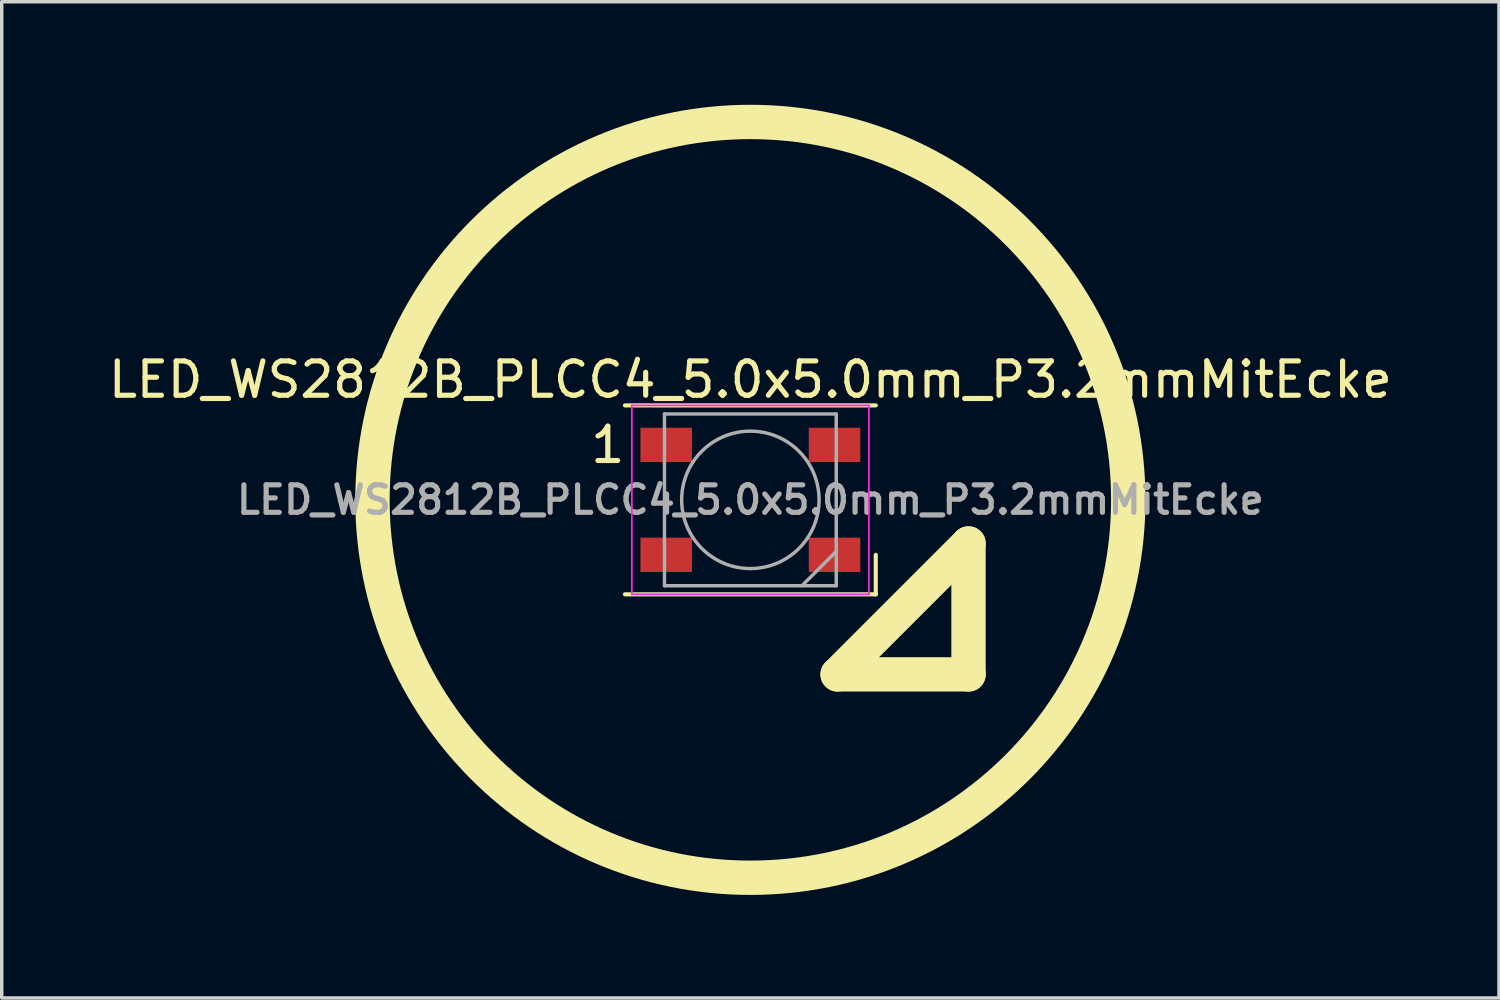
<source format=kicad_pcb>
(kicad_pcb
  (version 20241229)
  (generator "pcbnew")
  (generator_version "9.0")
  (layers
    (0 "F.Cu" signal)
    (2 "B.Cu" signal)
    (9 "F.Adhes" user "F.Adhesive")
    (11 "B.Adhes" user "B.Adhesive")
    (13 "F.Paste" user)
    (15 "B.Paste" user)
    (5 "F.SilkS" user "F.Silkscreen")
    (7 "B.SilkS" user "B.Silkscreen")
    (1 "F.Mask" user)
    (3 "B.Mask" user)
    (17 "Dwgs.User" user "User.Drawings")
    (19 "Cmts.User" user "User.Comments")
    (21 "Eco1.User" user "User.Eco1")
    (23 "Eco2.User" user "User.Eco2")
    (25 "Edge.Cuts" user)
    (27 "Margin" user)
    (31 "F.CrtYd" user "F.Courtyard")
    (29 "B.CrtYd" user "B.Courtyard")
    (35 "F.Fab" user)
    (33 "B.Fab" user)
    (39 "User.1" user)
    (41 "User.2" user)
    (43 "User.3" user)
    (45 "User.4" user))
  (footprint "LED_WS2812B_PLCC4_5.0x5.0mm_P3.2mmMitEcke"
    (layer "F.Cu")
    (at 18.792 11.5)
    (property "Reference" "LED_WS2812B_PLCC4_5.0x5.0mm_P3.2mmMitEcke" (at 0 -3.5 0) (layer "F.SilkS") (effects (font (size 1 1) (thickness 0.15))))
    (attr smd)
    (fp_line (start -3.65 -2.75) (end 3.65 -2.75) (stroke (width 0.12) (type solid)) (layer "F.SilkS"))
    (fp_line (start -3.65 2.75) (end 3.65 2.75) (stroke (width 0.12) (type solid)) (layer "F.SilkS"))
    (fp_line (start 2.54 5.08) (end 6.35 5.08) (stroke (width 1) (type solid)) (layer "F.SilkS"))
    (fp_line (start 3.65 2.75) (end 3.65 1.6) (stroke (width 0.12) (type solid)) (layer "F.SilkS"))
    (fp_line (start 6.35 1.27) (end 2.54 5.08) (stroke (width 1) (type solid)) (layer "F.SilkS"))
    (fp_line (start 6.35 5.08) (end 6.35 1.27) (stroke (width 1) (type solid)) (layer "F.SilkS"))
    (fp_circle (center 0 0) (end 11 0) (stroke (width 1) (type solid)) (fill no) (layer "F.SilkS"))
    (fp_line (start -3.45 -2.75) (end -3.45 2.75) (stroke (width 0.05) (type solid)) (layer "F.CrtYd"))
    (fp_line (start -3.45 2.75) (end 3.45 2.75) (stroke (width 0.05) (type solid)) (layer "F.CrtYd"))
    (fp_line (start 3.45 -2.75) (end -3.45 -2.75) (stroke (width 0.05) (type solid)) (layer "F.CrtYd"))
    (fp_line (start 3.45 2.75) (end 3.45 -2.75) (stroke (width 0.05) (type solid)) (layer "F.CrtYd"))
    (fp_line (start -2.5 -2.5) (end -2.5 2.5) (stroke (width 0.1) (type solid)) (layer "F.Fab"))
    (fp_line (start -2.5 2.5) (end 2.5 2.5) (stroke (width 0.1) (type solid)) (layer "F.Fab"))
    (fp_line (start 2.5 -2.5) (end -2.5 -2.5) (stroke (width 0.1) (type solid)) (layer "F.Fab"))
    (fp_line (start 2.5 1.5) (end 1.5 2.5) (stroke (width 0.1) (type solid)) (layer "F.Fab"))
    (fp_line (start 2.5 2.5) (end 2.5 -2.5) (stroke (width 0.1) (type solid)) (layer "F.Fab"))
    (fp_circle (center 0 0) (end 0 -2) (stroke (width 0.1) (type solid)) (fill no) (layer "F.Fab"))
    (fp_text user "1" (at -4.15 -1.6 0) (layer "F.SilkS") (effects (font (size 1 1) (thickness 0.15))))
    (fp_text user "${REFERENCE}" (at 0 0 0) (layer "F.Fab") (effects (font (size 0.8 0.8) (thickness 0.15))))
    (pad "1" smd rect (at -2.45 -1.6) (size 1.5 1) (layers "F.Cu" "F.Mask" "F.Paste"))
    (pad "2" smd rect (at -2.45 1.6) (size 1.5 1) (layers "F.Cu" "F.Mask" "F.Paste"))
    (pad "3" smd rect (at 2.45 1.6) (size 1.5 1) (layers "F.Cu" "F.Mask" "F.Paste"))
    (pad "4" smd rect (at 2.45 -1.6) (size 1.5 1) (layers "F.Cu" "F.Mask" "F.Paste")))
  (gr_rect
    (start -3 -3)
    (end 40.583 26)
    (stroke (width 0.1) (type default))
    (fill no)
    (layer "Edge.Cuts")))
</source>
